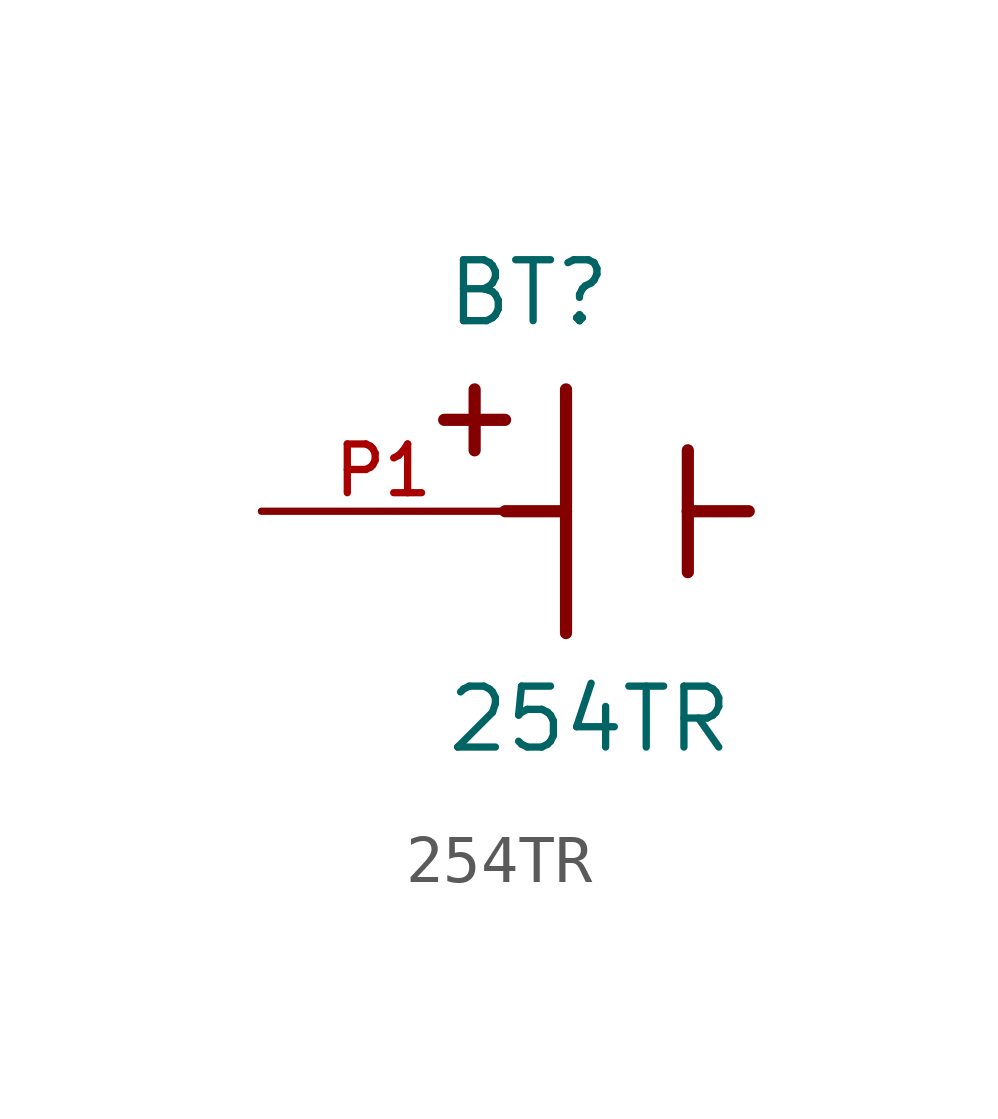
<source format=kicad_sym>
(kicad_symbol_lib
  (version 20211014)
  (generator kicad_symbol_editor)
  (symbol "254TR"
    (pin_names
      (offset 1.016))
    (property "Reference" "BT"
      (at -3.81 3.81 0)
      (effects (font (size 1.27 1.27)) (justify bottom left)))
    (property "Value" "254TR"
      (at -3.81 -5.08 0)
      (effects (font (size 1.27 1.27)) (justify bottom left)))
    (symbol "254TR_0_0"
      (polyline (pts (xy -1.27 2.54) (xy -1.27 0.0)) (stroke (width 0.254)))
      (polyline (pts (xy -1.27 0.0) (xy -1.27 -2.54)) (stroke (width 0.254)))
      (polyline (pts (xy 1.27 1.27) (xy 1.27 0.0)) (stroke (width 0.254)))
      (polyline (pts (xy 1.27 0.0) (xy 1.27 -1.27)) (stroke (width 0.254)))
      (polyline (pts (xy -1.27 0.0) (xy -2.54 0.0)) (stroke (width 0.254)))
      (polyline (pts (xy 1.27 0.0) (xy 2.54 0.0)) (stroke (width 0.254)))
      (polyline (pts (xy -3.175 2.54) (xy -3.175 1.27)) (stroke (width 0.254)))
      (polyline (pts (xy -3.81 1.905) (xy -2.54 1.905)) (stroke (width 0.254)))
      (pin passive line (at -7.62 0.0 0) (length 5.08) (name "~" (effects (font (size 1.016 1.016)))) (number "P1" (effects (font (size 1.016 1.016))))))))
</source>
